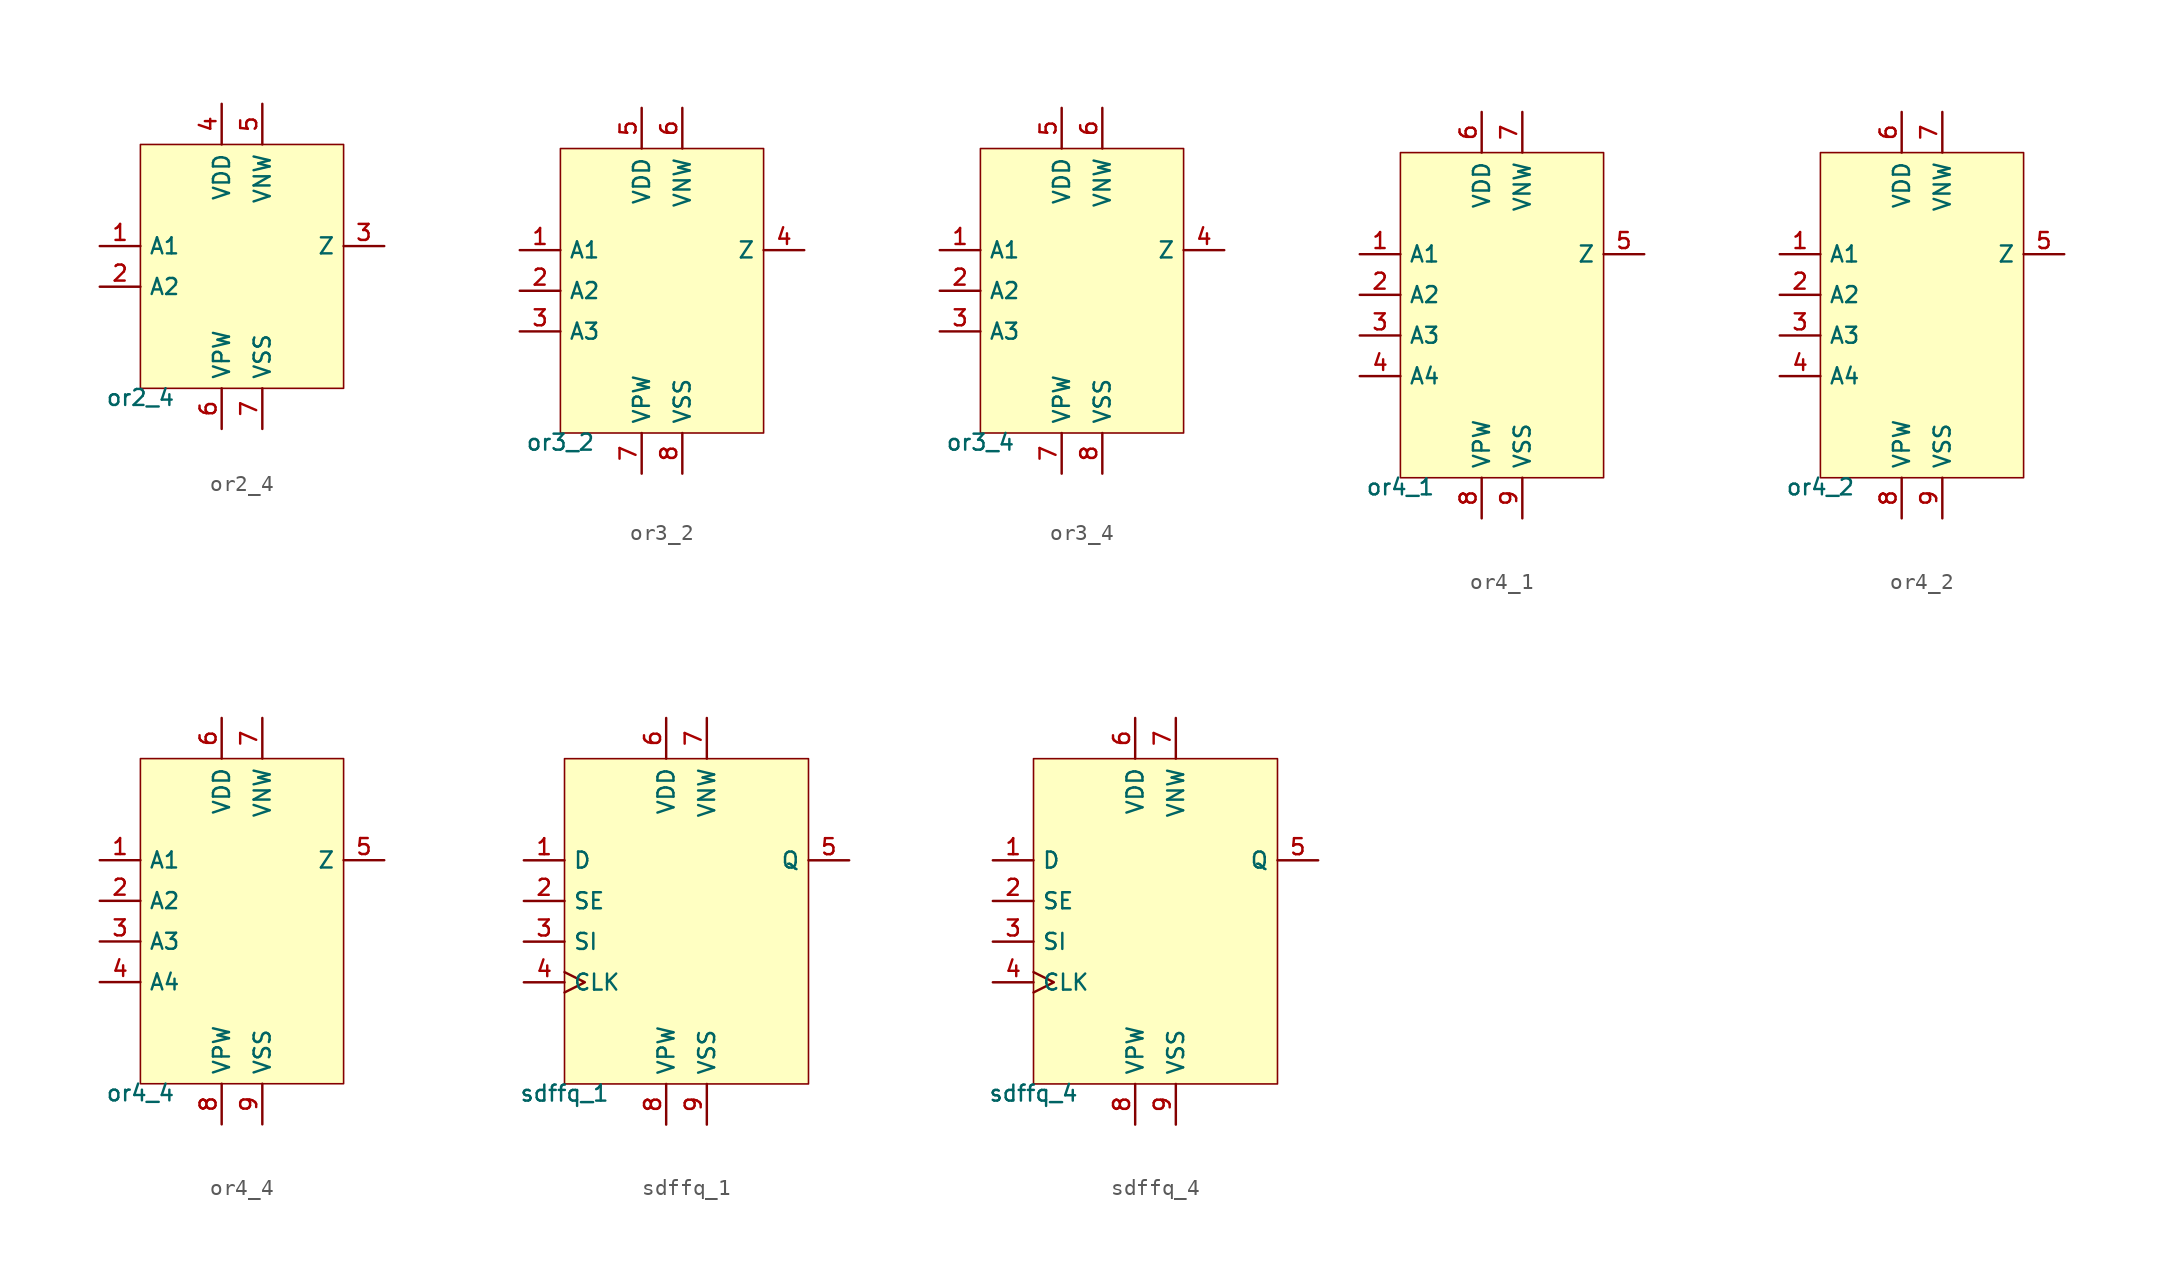
<source format=kicad_sym>
(kicad_symbol_lib
  (version 20211014)
  (generator pdk2kicad)
  (symbol "or2_4"
    (property "Reference" "X"
      (at 0 0 0)
      (effects (font (size 1 1)) hide))
    (property "Value" "or2_4"
      (at -6.35 -7.62 0)
      (effects (font (size 1 1)) (justify top)))
    (rectangle
      (start -6.35 -7.62)
      (end 6.35 7.62)
      (stroke (width 0.1) (type solid) (color 0 0 0 0))
      (fill (type background)))
    (pin input line
      (at -8.89 1.27 0)
      (length 2.54)
      (name "A1" (effects (font (size 1 1)) hide))
      (number "1" (effects (font (size 1 1)) hide)))
    (pin input line
      (at -8.89 -1.27 0)
      (length 2.54)
      (name "A2" (effects (font (size 1 1)) hide))
      (number "2" (effects (font (size 1 1)) hide)))
    (pin output line
      (at 8.89 1.27 180)
      (length 2.54)
      (name "Z" (effects (font (size 1 1)) hide))
      (number "3" (effects (font (size 1 1)) hide)))
    (pin power_in line
      (at -1.27 10.16 270)
      (length 2.54)
      (name "VDD" (effects (font (size 1 1)) hide))
      (number "4" (effects (font (size 1 1)) hide)))
    (pin power_in line
      (at 1.27 10.16 270)
      (length 2.54)
      (name "VNW" (effects (font (size 1 1)) hide))
      (number "5" (effects (font (size 1 1)) hide)))
    (pin power_in line
      (at -1.27 -10.16 90)
      (length 2.54)
      (name "VPW" (effects (font (size 1 1)) hide))
      (number "6" (effects (font (size 1 1)) hide)))
    (pin power_in line
      (at 1.27 -10.16 90)
      (length 2.54)
      (name "VSS" (effects (font (size 1 1)) hide))
      (number "7" (effects (font (size 1 1)) hide))))
  (symbol "or3_2"
    (property "Reference" "X"
      (at 0 0 0)
      (effects (font (size 1 1)) hide))
    (property "Value" "or3_2"
      (at -6.35 -8.89 0)
      (effects (font (size 1 1)) (justify top)))
    (rectangle
      (start -6.35 -8.89)
      (end 6.35 8.89)
      (stroke (width 0.1) (type solid) (color 0 0 0 0))
      (fill (type background)))
    (pin input line
      (at -8.89 2.54 0)
      (length 2.54)
      (name "A1" (effects (font (size 1 1)) hide))
      (number "1" (effects (font (size 1 1)) hide)))
    (pin input line
      (at -8.89 4.440892098500626e-16 0)
      (length 2.54)
      (name "A2" (effects (font (size 1 1)) hide))
      (number "2" (effects (font (size 1 1)) hide)))
    (pin input line
      (at -8.89 -2.54 0)
      (length 2.54)
      (name "A3" (effects (font (size 1 1)) hide))
      (number "3" (effects (font (size 1 1)) hide)))
    (pin output line
      (at 8.89 2.54 180)
      (length 2.54)
      (name "Z" (effects (font (size 1 1)) hide))
      (number "4" (effects (font (size 1 1)) hide)))
    (pin power_in line
      (at -1.27 11.43 270)
      (length 2.54)
      (name "VDD" (effects (font (size 1 1)) hide))
      (number "5" (effects (font (size 1 1)) hide)))
    (pin power_in line
      (at 1.27 11.43 270)
      (length 2.54)
      (name "VNW" (effects (font (size 1 1)) hide))
      (number "6" (effects (font (size 1 1)) hide)))
    (pin power_in line
      (at -1.27 -11.43 90)
      (length 2.54)
      (name "VPW" (effects (font (size 1 1)) hide))
      (number "7" (effects (font (size 1 1)) hide)))
    (pin power_in line
      (at 1.27 -11.43 90)
      (length 2.54)
      (name "VSS" (effects (font (size 1 1)) hide))
      (number "8" (effects (font (size 1 1)) hide))))
  (symbol "or3_4"
    (property "Reference" "X"
      (at 0 0 0)
      (effects (font (size 1 1)) hide))
    (property "Value" "or3_4"
      (at -6.35 -8.89 0)
      (effects (font (size 1 1)) (justify top)))
    (rectangle
      (start -6.35 -8.89)
      (end 6.35 8.89)
      (stroke (width 0.1) (type solid) (color 0 0 0 0))
      (fill (type background)))
    (pin input line
      (at -8.89 2.54 0)
      (length 2.54)
      (name "A1" (effects (font (size 1 1)) hide))
      (number "1" (effects (font (size 1 1)) hide)))
    (pin input line
      (at -8.89 4.440892098500626e-16 0)
      (length 2.54)
      (name "A2" (effects (font (size 1 1)) hide))
      (number "2" (effects (font (size 1 1)) hide)))
    (pin input line
      (at -8.89 -2.54 0)
      (length 2.54)
      (name "A3" (effects (font (size 1 1)) hide))
      (number "3" (effects (font (size 1 1)) hide)))
    (pin output line
      (at 8.89 2.54 180)
      (length 2.54)
      (name "Z" (effects (font (size 1 1)) hide))
      (number "4" (effects (font (size 1 1)) hide)))
    (pin power_in line
      (at -1.27 11.43 270)
      (length 2.54)
      (name "VDD" (effects (font (size 1 1)) hide))
      (number "5" (effects (font (size 1 1)) hide)))
    (pin power_in line
      (at 1.27 11.43 270)
      (length 2.54)
      (name "VNW" (effects (font (size 1 1)) hide))
      (number "6" (effects (font (size 1 1)) hide)))
    (pin power_in line
      (at -1.27 -11.43 90)
      (length 2.54)
      (name "VPW" (effects (font (size 1 1)) hide))
      (number "7" (effects (font (size 1 1)) hide)))
    (pin power_in line
      (at 1.27 -11.43 90)
      (length 2.54)
      (name "VSS" (effects (font (size 1 1)) hide))
      (number "8" (effects (font (size 1 1)) hide))))
  (symbol "or4_1"
    (property "Reference" "X"
      (at 0 0 0)
      (effects (font (size 1 1)) hide))
    (property "Value" "or4_1"
      (at -6.35 -10.16 0)
      (effects (font (size 1 1)) (justify top)))
    (rectangle
      (start -6.35 -10.16)
      (end 6.35 10.16)
      (stroke (width 0.1) (type solid) (color 0 0 0 0))
      (fill (type background)))
    (pin input line
      (at -8.89 3.81 0)
      (length 2.54)
      (name "A1" (effects (font (size 1 1)) hide))
      (number "1" (effects (font (size 1 1)) hide)))
    (pin input line
      (at -8.89 1.27 0)
      (length 2.54)
      (name "A2" (effects (font (size 1 1)) hide))
      (number "2" (effects (font (size 1 1)) hide)))
    (pin input line
      (at -8.89 -1.27 0)
      (length 2.54)
      (name "A3" (effects (font (size 1 1)) hide))
      (number "3" (effects (font (size 1 1)) hide)))
    (pin input line
      (at -8.89 -3.81 0)
      (length 2.54)
      (name "A4" (effects (font (size 1 1)) hide))
      (number "4" (effects (font (size 1 1)) hide)))
    (pin output line
      (at 8.89 3.81 180)
      (length 2.54)
      (name "Z" (effects (font (size 1 1)) hide))
      (number "5" (effects (font (size 1 1)) hide)))
    (pin power_in line
      (at -1.27 12.7 270)
      (length 2.54)
      (name "VDD" (effects (font (size 1 1)) hide))
      (number "6" (effects (font (size 1 1)) hide)))
    (pin power_in line
      (at 1.27 12.7 270)
      (length 2.54)
      (name "VNW" (effects (font (size 1 1)) hide))
      (number "7" (effects (font (size 1 1)) hide)))
    (pin power_in line
      (at -1.27 -12.7 90)
      (length 2.54)
      (name "VPW" (effects (font (size 1 1)) hide))
      (number "8" (effects (font (size 1 1)) hide)))
    (pin power_in line
      (at 1.27 -12.7 90)
      (length 2.54)
      (name "VSS" (effects (font (size 1 1)) hide))
      (number "9" (effects (font (size 1 1)) hide))))
  (symbol "or4_2"
    (property "Reference" "X"
      (at 0 0 0)
      (effects (font (size 1 1)) hide))
    (property "Value" "or4_2"
      (at -6.35 -10.16 0)
      (effects (font (size 1 1)) (justify top)))
    (rectangle
      (start -6.35 -10.16)
      (end 6.35 10.16)
      (stroke (width 0.1) (type solid) (color 0 0 0 0))
      (fill (type background)))
    (pin input line
      (at -8.89 3.81 0)
      (length 2.54)
      (name "A1" (effects (font (size 1 1)) hide))
      (number "1" (effects (font (size 1 1)) hide)))
    (pin input line
      (at -8.89 1.27 0)
      (length 2.54)
      (name "A2" (effects (font (size 1 1)) hide))
      (number "2" (effects (font (size 1 1)) hide)))
    (pin input line
      (at -8.89 -1.27 0)
      (length 2.54)
      (name "A3" (effects (font (size 1 1)) hide))
      (number "3" (effects (font (size 1 1)) hide)))
    (pin input line
      (at -8.89 -3.81 0)
      (length 2.54)
      (name "A4" (effects (font (size 1 1)) hide))
      (number "4" (effects (font (size 1 1)) hide)))
    (pin output line
      (at 8.89 3.81 180)
      (length 2.54)
      (name "Z" (effects (font (size 1 1)) hide))
      (number "5" (effects (font (size 1 1)) hide)))
    (pin power_in line
      (at -1.27 12.7 270)
      (length 2.54)
      (name "VDD" (effects (font (size 1 1)) hide))
      (number "6" (effects (font (size 1 1)) hide)))
    (pin power_in line
      (at 1.27 12.7 270)
      (length 2.54)
      (name "VNW" (effects (font (size 1 1)) hide))
      (number "7" (effects (font (size 1 1)) hide)))
    (pin power_in line
      (at -1.27 -12.7 90)
      (length 2.54)
      (name "VPW" (effects (font (size 1 1)) hide))
      (number "8" (effects (font (size 1 1)) hide)))
    (pin power_in line
      (at 1.27 -12.7 90)
      (length 2.54)
      (name "VSS" (effects (font (size 1 1)) hide))
      (number "9" (effects (font (size 1 1)) hide))))
  (symbol "or4_4"
    (property "Reference" "X"
      (at 0 0 0)
      (effects (font (size 1 1)) hide))
    (property "Value" "or4_4"
      (at -6.35 -10.16 0)
      (effects (font (size 1 1)) (justify top)))
    (rectangle
      (start -6.35 -10.16)
      (end 6.35 10.16)
      (stroke (width 0.1) (type solid) (color 0 0 0 0))
      (fill (type background)))
    (pin input line
      (at -8.89 3.81 0)
      (length 2.54)
      (name "A1" (effects (font (size 1 1)) hide))
      (number "1" (effects (font (size 1 1)) hide)))
    (pin input line
      (at -8.89 1.27 0)
      (length 2.54)
      (name "A2" (effects (font (size 1 1)) hide))
      (number "2" (effects (font (size 1 1)) hide)))
    (pin input line
      (at -8.89 -1.27 0)
      (length 2.54)
      (name "A3" (effects (font (size 1 1)) hide))
      (number "3" (effects (font (size 1 1)) hide)))
    (pin input line
      (at -8.89 -3.81 0)
      (length 2.54)
      (name "A4" (effects (font (size 1 1)) hide))
      (number "4" (effects (font (size 1 1)) hide)))
    (pin output line
      (at 8.89 3.81 180)
      (length 2.54)
      (name "Z" (effects (font (size 1 1)) hide))
      (number "5" (effects (font (size 1 1)) hide)))
    (pin power_in line
      (at -1.27 12.7 270)
      (length 2.54)
      (name "VDD" (effects (font (size 1 1)) hide))
      (number "6" (effects (font (size 1 1)) hide)))
    (pin power_in line
      (at 1.27 12.7 270)
      (length 2.54)
      (name "VNW" (effects (font (size 1 1)) hide))
      (number "7" (effects (font (size 1 1)) hide)))
    (pin power_in line
      (at -1.27 -12.7 90)
      (length 2.54)
      (name "VPW" (effects (font (size 1 1)) hide))
      (number "8" (effects (font (size 1 1)) hide)))
    (pin power_in line
      (at 1.27 -12.7 90)
      (length 2.54)
      (name "VSS" (effects (font (size 1 1)) hide))
      (number "9" (effects (font (size 1 1)) hide))))
  (symbol "sdffq_1"
    (property "Reference" "X"
      (at 0 0 0)
      (effects (font (size 1 1)) hide))
    (property "Value" "sdffq_1"
      (at -7.62 -10.16 0)
      (effects (font (size 1 1)) (justify top)))
    (rectangle
      (start -7.62 -10.16)
      (end 7.62 10.16)
      (stroke (width 0.1) (type solid) (color 0 0 0 0))
      (fill (type background)))
    (pin input line
      (at -10.16 3.81 0)
      (length 2.54)
      (name "D" (effects (font (size 1 1)) hide))
      (number "1" (effects (font (size 1 1)) hide)))
    (pin input line
      (at -10.16 1.27 0)
      (length 2.54)
      (name "SE" (effects (font (size 1 1)) hide))
      (number "2" (effects (font (size 1 1)) hide)))
    (pin input line
      (at -10.16 -1.27 0)
      (length 2.54)
      (name "SI" (effects (font (size 1 1)) hide))
      (number "3" (effects (font (size 1 1)) hide)))
    (pin input clock
      (at -10.16 -3.81 0)
      (length 2.54)
      (name "CLK" (effects (font (size 1 1)) hide))
      (number "4" (effects (font (size 1 1)) hide)))
    (pin output line
      (at 10.16 3.81 180)
      (length 2.54)
      (name "Q" (effects (font (size 1 1)) hide))
      (number "5" (effects (font (size 1 1)) hide)))
    (pin power_in line
      (at -1.27 12.7 270)
      (length 2.54)
      (name "VDD" (effects (font (size 1 1)) hide))
      (number "6" (effects (font (size 1 1)) hide)))
    (pin power_in line
      (at 1.27 12.7 270)
      (length 2.54)
      (name "VNW" (effects (font (size 1 1)) hide))
      (number "7" (effects (font (size 1 1)) hide)))
    (pin power_in line
      (at -1.27 -12.7 90)
      (length 2.54)
      (name "VPW" (effects (font (size 1 1)) hide))
      (number "8" (effects (font (size 1 1)) hide)))
    (pin power_in line
      (at 1.27 -12.7 90)
      (length 2.54)
      (name "VSS" (effects (font (size 1 1)) hide))
      (number "9" (effects (font (size 1 1)) hide))))
  (symbol "sdffq_4"
    (property "Reference" "X"
      (at 0 0 0)
      (effects (font (size 1 1)) hide))
    (property "Value" "sdffq_4"
      (at -7.62 -10.16 0)
      (effects (font (size 1 1)) (justify top)))
    (rectangle
      (start -7.62 -10.16)
      (end 7.62 10.16)
      (stroke (width 0.1) (type solid) (color 0 0 0 0))
      (fill (type background)))
    (pin input line
      (at -10.16 3.81 0)
      (length 2.54)
      (name "D" (effects (font (size 1 1)) hide))
      (number "1" (effects (font (size 1 1)) hide)))
    (pin input line
      (at -10.16 1.27 0)
      (length 2.54)
      (name "SE" (effects (font (size 1 1)) hide))
      (number "2" (effects (font (size 1 1)) hide)))
    (pin input line
      (at -10.16 -1.27 0)
      (length 2.54)
      (name "SI" (effects (font (size 1 1)) hide))
      (number "3" (effects (font (size 1 1)) hide)))
    (pin input clock
      (at -10.16 -3.81 0)
      (length 2.54)
      (name "CLK" (effects (font (size 1 1)) hide))
      (number "4" (effects (font (size 1 1)) hide)))
    (pin output line
      (at 10.16 3.81 180)
      (length 2.54)
      (name "Q" (effects (font (size 1 1)) hide))
      (number "5" (effects (font (size 1 1)) hide)))
    (pin power_in line
      (at -1.27 12.7 270)
      (length 2.54)
      (name "VDD" (effects (font (size 1 1)) hide))
      (number "6" (effects (font (size 1 1)) hide)))
    (pin power_in line
      (at 1.27 12.7 270)
      (length 2.54)
      (name "VNW" (effects (font (size 1 1)) hide))
      (number "7" (effects (font (size 1 1)) hide)))
    (pin power_in line
      (at -1.27 -12.7 90)
      (length 2.54)
      (name "VPW" (effects (font (size 1 1)) hide))
      (number "8" (effects (font (size 1 1)) hide)))
    (pin power_in line
      (at 1.27 -12.7 90)
      (length 2.54)
      (name "VSS" (effects (font (size 1 1)) hide))
      (number "9" (effects (font (size 1 1)) hide)))))
</source>
